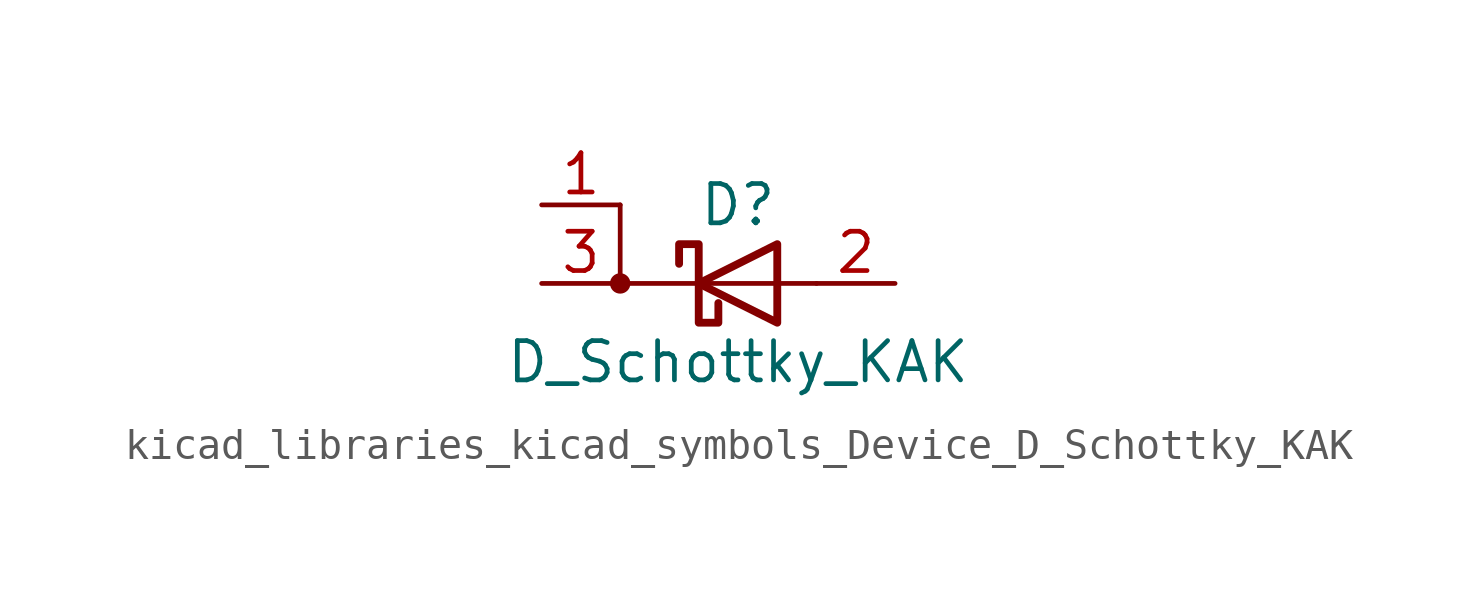
<source format=kicad_sym>
(kicad_symbol_lib
  (version 20220914)
  (generator kicad_symbol_editor)
  (symbol "kicad_libraries_kicad_symbols_Device_D_Schottky_KAK"
    (pin_names
      (offset 0) hide)
    (property "Reference" "D"
      (at 0 2.54 0)
      (effects (font (size 1.27 1.27))))
    (property "Value" "D_Schottky_KAK"
      (at 0 -2.54 0)
      (effects (font (size 1.27 1.27))))
    (symbol "kicad_libraries_kicad_symbols_Device_D_Schottky_KAK_0_1"
      (circle (center -3.81 0) (radius 0.254) (stroke (width 0) (type default)) (fill (type outline)))
      (polyline (pts (xy -3.81 2.54) (xy -3.81 0) (xy 2.54 0)) (stroke (width 0) (type default)) (fill (type none)))
      (polyline (pts (xy 1.27 1.27) (xy 1.27 -1.27) (xy -1.27 0) (xy 1.27 1.27)) (stroke (width 0.254) (type default)) (fill (type none)))
      (polyline (pts (xy -1.905 0.635) (xy -1.905 1.27) (xy -1.27 1.27) (xy -1.27 -1.27) (xy -0.635 -1.27) (xy -0.635 -0.635)) (stroke (width 0.254) (type default)) (fill (type none))))
    (symbol "kicad_libraries_kicad_symbols_Device_D_Schottky_KAK_1_1"
      (pin passive line (at -6.35 2.54 0) (length 2.54) (name "K" (effects (font (size 1.27 1.27)))) (number "1" (effects (font (size 1.27 1.27)))))
      (pin passive line (at 5.08 0 180) (length 2.54) (name "A" (effects (font (size 1.27 1.27)))) (number "2" (effects (font (size 1.27 1.27)))))
      (pin passive line (at -6.35 0 0) (length 2.54) (name "K" (effects (font (size 1.27 1.27)))) (number "3" (effects (font (size 1.27 1.27))))))))
</source>
